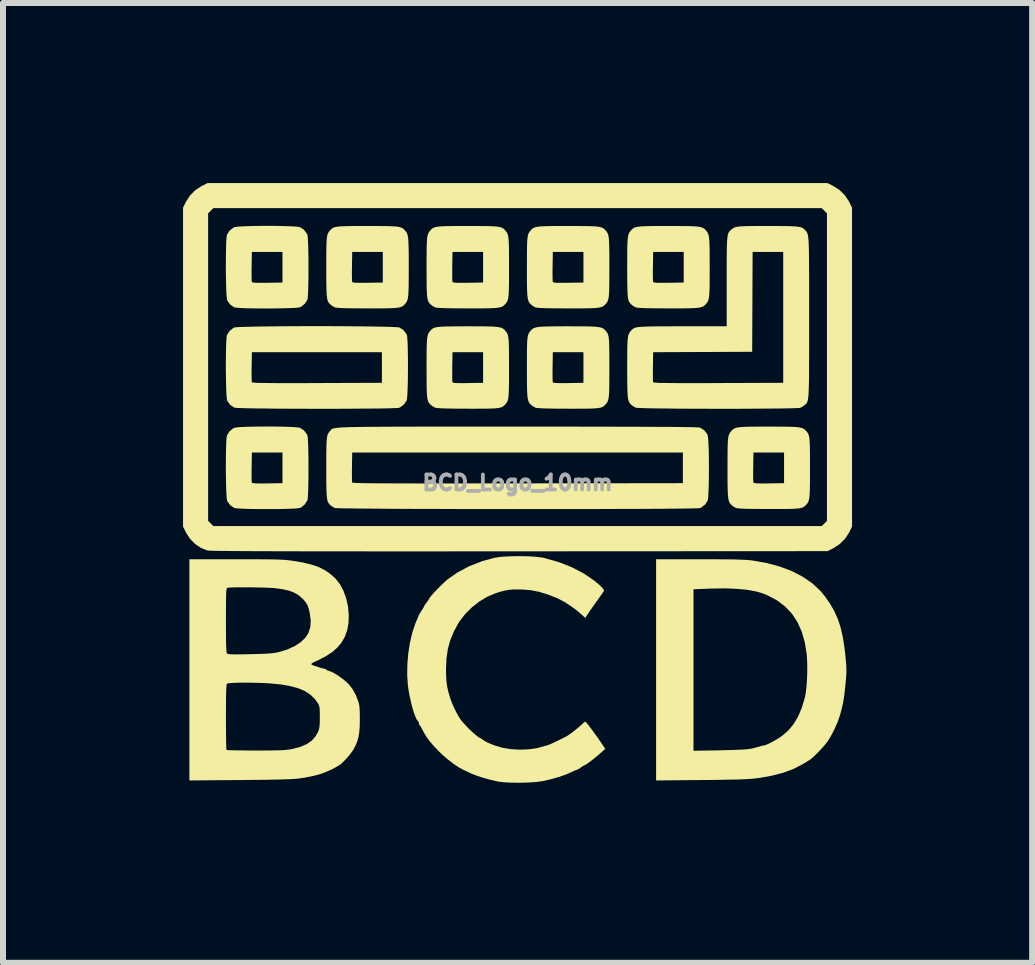
<source format=kicad_pcb>
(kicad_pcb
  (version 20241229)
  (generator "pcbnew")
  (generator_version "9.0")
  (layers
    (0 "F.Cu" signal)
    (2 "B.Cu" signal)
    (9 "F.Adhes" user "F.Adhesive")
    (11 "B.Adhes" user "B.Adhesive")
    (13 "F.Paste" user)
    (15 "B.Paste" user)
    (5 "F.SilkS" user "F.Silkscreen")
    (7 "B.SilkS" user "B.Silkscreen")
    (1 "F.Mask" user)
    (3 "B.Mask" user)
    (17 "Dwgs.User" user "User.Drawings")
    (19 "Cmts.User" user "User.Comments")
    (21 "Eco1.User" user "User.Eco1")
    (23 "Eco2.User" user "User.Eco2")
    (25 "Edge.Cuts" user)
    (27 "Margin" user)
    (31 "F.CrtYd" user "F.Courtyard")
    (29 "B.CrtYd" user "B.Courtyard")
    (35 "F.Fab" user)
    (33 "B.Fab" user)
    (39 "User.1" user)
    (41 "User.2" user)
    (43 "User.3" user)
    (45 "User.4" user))
  (footprint "BCD_Logo_10mm"
    (layer "F.Cu")
    (at 5.574 4.994)
    (property "Reference" "BCD_Logo_10mm" (at 0 0 0) (layer "F.Fab") (effects (font (size 0.25 0.25) (thickness 0.3))))
    (attr board_only exclude_from_pos_files exclude_from_bom)
    (fp_poly (pts (xy 5.256 -4.948) (xy 5.363 -4.88) (xy 5.454 -4.791) (xy 5.524 -4.685) (xy 5.529 -4.675) (xy 5.574 -4.583) (xy 5.574 0.73) (xy 5.529 0.822) (xy 5.461 0.929) (xy 5.371 1.02) (xy 5.265 1.09) (xy 5.256 1.095) (xy 5.164 1.14) (xy 0.029 1.143) (xy -0.444 1.143) (xy -0.889 1.143) (xy -1.307 1.144) (xy -1.699 1.144) (xy -2.065 1.144) (xy -2.407 1.144) (xy -2.724 1.143) (xy -3.019 1.143) (xy -3.291 1.143) (xy -3.541 1.143) (xy -3.77 1.142) (xy -3.979 1.142) (xy -4.168 1.141) (xy -4.338 1.141) (xy -4.49 1.14) (xy -4.625 1.139) (xy -4.743 1.138) (xy -4.845 1.137) (xy -4.932 1.136) (xy -5.004 1.135) (xy -5.062 1.134) (xy -5.108 1.133) (xy -5.14 1.131) (xy -5.162 1.13) (xy -5.172 1.128) (xy -5.278 1.085) (xy -5.376 1.018) (xy -5.46 0.931) (xy -5.527 0.827) (xy -5.529 0.822) (xy -5.574 0.73) (xy -5.574 0.635) (xy -5.156 0.635) (xy -5.113 0.679) (xy -5.069 0.722) (xy 5.069 0.722) (xy 5.156 0.635) (xy 5.156 -4.489) (xy 5.113 -4.532) (xy 5.069 -4.576) (xy -5.069 -4.576) (xy -5.156 -4.489) (xy -5.156 0.635) (xy -5.574 0.635) (xy -5.574 -4.583) (xy -5.529 -4.675) (xy -5.461 -4.783) (xy -5.371 -4.874) (xy -5.265 -4.944) (xy -5.256 -4.948) (xy -5.164 -4.994) (xy 5.164 -4.994)) (stroke (width 0) (type solid)) (fill yes) (layer "F.SilkS"))
    (fp_poly (pts (xy -4.043 -4.28) (xy -3.937 -4.278) (xy -3.84 -4.275) (xy -3.755 -4.272) (xy -3.688 -4.268) (xy -3.642 -4.262) (xy -3.625 -4.258) (xy -3.56 -4.216) (xy -3.512 -4.153) (xy -3.502 -4.132) (xy -3.497 -4.107) (xy -3.493 -4.057) (xy -3.49 -3.987) (xy -3.487 -3.901) (xy -3.485 -3.803) (xy -3.484 -3.697) (xy -3.484 -3.587) (xy -3.484 -3.477) (xy -3.485 -3.371) (xy -3.487 -3.274) (xy -3.49 -3.189) (xy -3.493 -3.12) (xy -3.497 -3.072) (xy -3.502 -3.05) (xy -3.545 -2.982) (xy -3.605 -2.933) (xy -3.625 -2.924) (xy -3.652 -2.919) (xy -3.703 -2.914) (xy -3.774 -2.911) (xy -3.862 -2.908) (xy -3.961 -2.906) (xy -4.068 -2.904) (xy -4.179 -2.904) (xy -4.29 -2.904) (xy -4.396 -2.905) (xy -4.494 -2.907) (xy -4.579 -2.91) (xy -4.648 -2.914) (xy -4.697 -2.918) (xy -4.72 -2.923) (xy -4.787 -2.967) (xy -4.833 -3.03) (xy -4.839 -3.044) (xy -4.844 -3.071) (xy -4.849 -3.123) (xy -4.853 -3.194) (xy -4.856 -3.282) (xy -4.858 -3.381) (xy -4.86 -3.488) (xy -4.86 -3.525) (xy -4.432 -3.525) (xy -4.432 -3.454) (xy -4.431 -3.397) (xy -4.429 -3.359) (xy -4.428 -3.347) (xy -4.419 -3.34) (xy -4.397 -3.335) (xy -4.358 -3.332) (xy -4.299 -3.331) (xy -4.217 -3.332) (xy -4.169 -3.332) (xy -3.917 -3.336) (xy -3.917 -3.846) (xy -4.427 -3.846) (xy -4.431 -3.606) (xy -4.432 -3.525) (xy -4.86 -3.525) (xy -4.861 -3.599) (xy -4.86 -3.71) (xy -4.859 -3.816) (xy -4.857 -3.913) (xy -4.855 -3.998) (xy -4.851 -4.065) (xy -4.846 -4.112) (xy -4.842 -4.132) (xy -4.799 -4.2) (xy -4.739 -4.249) (xy -4.719 -4.258) (xy -4.69 -4.264) (xy -4.637 -4.269) (xy -4.564 -4.273) (xy -4.476 -4.276) (xy -4.375 -4.279) (xy -4.266 -4.28) (xy -4.155 -4.28)) (stroke (width 0) (type solid)) (fill yes) (layer "F.SilkS"))
    (fp_poly (pts (xy -4.043 -0.936) (xy -3.937 -0.935) (xy -3.84 -0.932) (xy -3.755 -0.929) (xy -3.688 -0.924) (xy -3.642 -0.919) (xy -3.625 -0.915) (xy -3.56 -0.873) (xy -3.512 -0.81) (xy -3.502 -0.789) (xy -3.497 -0.764) (xy -3.493 -0.714) (xy -3.49 -0.644) (xy -3.487 -0.558) (xy -3.485 -0.46) (xy -3.484 -0.353) (xy -3.484 -0.243) (xy -3.484 -0.134) (xy -3.485 -0.028) (xy -3.487 0.069) (xy -3.49 0.154) (xy -3.493 0.223) (xy -3.497 0.271) (xy -3.502 0.293) (xy -3.545 0.361) (xy -3.605 0.41) (xy -3.625 0.419) (xy -3.652 0.424) (xy -3.703 0.429) (xy -3.774 0.433) (xy -3.862 0.436) (xy -3.961 0.438) (xy -4.068 0.439) (xy -4.179 0.439) (xy -4.29 0.439) (xy -4.396 0.438) (xy -4.494 0.436) (xy -4.579 0.433) (xy -4.648 0.429) (xy -4.697 0.425) (xy -4.72 0.42) (xy -4.787 0.376) (xy -4.833 0.313) (xy -4.839 0.3) (xy -4.844 0.272) (xy -4.849 0.221) (xy -4.853 0.149) (xy -4.856 0.062) (xy -4.858 -0.038) (xy -4.86 -0.145) (xy -4.86 -0.182) (xy -4.432 -0.182) (xy -4.432 -0.111) (xy -4.431 -0.054) (xy -4.429 -0.016) (xy -4.428 -0.004) (xy -4.419 0.003) (xy -4.397 0.008) (xy -4.358 0.011) (xy -4.299 0.012) (xy -4.217 0.012) (xy -4.169 0.011) (xy -3.917 0.007) (xy -3.917 -0.503) (xy -4.427 -0.503) (xy -4.431 -0.263) (xy -4.432 -0.182) (xy -4.86 -0.182) (xy -4.861 -0.256) (xy -4.86 -0.366) (xy -4.859 -0.472) (xy -4.857 -0.57) (xy -4.855 -0.654) (xy -4.851 -0.722) (xy -4.846 -0.769) (xy -4.842 -0.789) (xy -4.799 -0.857) (xy -4.739 -0.906) (xy -4.719 -0.915) (xy -4.69 -0.921) (xy -4.637 -0.926) (xy -4.564 -0.93) (xy -4.476 -0.933) (xy -4.375 -0.935) (xy -4.266 -0.937) (xy -4.155 -0.937)) (stroke (width 0) (type solid)) (fill yes) (layer "F.SilkS"))
    (fp_poly (pts (xy -2.359 -4.278) (xy -2.243 -4.277) (xy -2.15 -4.276) (xy -2.077 -4.273) (xy -2.02 -4.269) (xy -1.976 -4.263) (xy -1.944 -4.254) (xy -1.92 -4.243) (xy -1.9 -4.23) (xy -1.883 -4.212) (xy -1.876 -4.205) (xy -1.86 -4.186) (xy -1.847 -4.166) (xy -1.837 -4.143) (xy -1.829 -4.114) (xy -1.823 -4.075) (xy -1.819 -4.024) (xy -1.816 -3.957) (xy -1.814 -3.872) (xy -1.813 -3.766) (xy -1.813 -3.635) (xy -1.813 -3.591) (xy -1.813 -3.452) (xy -1.814 -3.339) (xy -1.815 -3.248) (xy -1.818 -3.176) (xy -1.821 -3.121) (xy -1.827 -3.079) (xy -1.834 -3.047) (xy -1.844 -3.022) (xy -1.856 -3.002) (xy -1.871 -2.983) (xy -1.876 -2.977) (xy -1.893 -2.959) (xy -1.912 -2.944) (xy -1.934 -2.932) (xy -1.962 -2.923) (xy -2.001 -2.916) (xy -2.052 -2.911) (xy -2.118 -2.908) (xy -2.203 -2.906) (xy -2.308 -2.905) (xy -2.438 -2.905) (xy -2.506 -2.905) (xy -2.658 -2.906) (xy -2.783 -2.907) (xy -2.882 -2.909) (xy -2.958 -2.912) (xy -3.01 -2.916) (xy -3.041 -2.921) (xy -3.048 -2.923) (xy -3.088 -2.946) (xy -3.116 -2.968) (xy -3.134 -2.985) (xy -3.149 -3.004) (xy -3.161 -3.026) (xy -3.17 -3.056) (xy -3.176 -3.095) (xy -3.181 -3.147) (xy -3.184 -3.215) (xy -3.186 -3.302) (xy -3.187 -3.41) (xy -3.187 -3.525) (xy -2.76 -3.525) (xy -2.76 -3.454) (xy -2.759 -3.397) (xy -2.758 -3.359) (xy -2.756 -3.347) (xy -2.747 -3.34) (xy -2.725 -3.335) (xy -2.686 -3.332) (xy -2.627 -3.331) (xy -2.545 -3.332) (xy -2.497 -3.332) (xy -2.245 -3.336) (xy -2.245 -3.846) (xy -2.755 -3.846) (xy -2.759 -3.606) (xy -2.76 -3.525) (xy -3.187 -3.525) (xy -3.187 -3.542) (xy -3.187 -3.592) (xy -3.187 -3.731) (xy -3.187 -3.844) (xy -3.185 -3.935) (xy -3.183 -4.006) (xy -3.179 -4.062) (xy -3.174 -4.104) (xy -3.167 -4.136) (xy -3.157 -4.16) (xy -3.145 -4.18) (xy -3.129 -4.199) (xy -3.124 -4.205) (xy -3.107 -4.223) (xy -3.089 -4.239) (xy -3.067 -4.251) (xy -3.038 -4.26) (xy -2.999 -4.267) (xy -2.947 -4.272) (xy -2.88 -4.275) (xy -2.795 -4.277) (xy -2.688 -4.278) (xy -2.557 -4.278) (xy -2.5 -4.278)) (stroke (width 0) (type solid)) (fill yes) (layer "F.SilkS"))
    (fp_poly (pts (xy -0.688 -4.278) (xy -0.572 -4.277) (xy -0.479 -4.276) (xy -0.405 -4.273) (xy -0.348 -4.269) (xy -0.305 -4.263) (xy -0.272 -4.254) (xy -0.248 -4.243) (xy -0.229 -4.23) (xy -0.211 -4.212) (xy -0.205 -4.205) (xy -0.189 -4.186) (xy -0.175 -4.166) (xy -0.165 -4.143) (xy -0.157 -4.114) (xy -0.151 -4.075) (xy -0.147 -4.024) (xy -0.144 -3.957) (xy -0.143 -3.872) (xy -0.142 -3.766) (xy -0.142 -3.635) (xy -0.142 -3.591) (xy -0.142 -3.452) (xy -0.142 -3.339) (xy -0.144 -3.248) (xy -0.146 -3.176) (xy -0.15 -3.121) (xy -0.155 -3.079) (xy -0.162 -3.047) (xy -0.172 -3.022) (xy -0.184 -3.002) (xy -0.199 -2.983) (xy -0.205 -2.977) (xy -0.222 -2.959) (xy -0.24 -2.944) (xy -0.262 -2.932) (xy -0.291 -2.923) (xy -0.329 -2.916) (xy -0.38 -2.911) (xy -0.446 -2.908) (xy -0.531 -2.906) (xy -0.637 -2.905) (xy -0.767 -2.905) (xy -0.834 -2.905) (xy -0.986 -2.906) (xy -1.111 -2.907) (xy -1.211 -2.909) (xy -1.286 -2.912) (xy -1.338 -2.916) (xy -1.369 -2.921) (xy -1.376 -2.923) (xy -1.417 -2.946) (xy -1.445 -2.968) (xy -1.463 -2.985) (xy -1.477 -3.004) (xy -1.489 -3.026) (xy -1.498 -3.056) (xy -1.505 -3.095) (xy -1.51 -3.147) (xy -1.513 -3.215) (xy -1.515 -3.302) (xy -1.515 -3.41) (xy -1.516 -3.525) (xy -1.088 -3.525) (xy -1.088 -3.454) (xy -1.088 -3.397) (xy -1.086 -3.359) (xy -1.084 -3.347) (xy -1.076 -3.34) (xy -1.054 -3.335) (xy -1.015 -3.332) (xy -0.956 -3.331) (xy -0.873 -3.332) (xy -0.826 -3.332) (xy -0.574 -3.336) (xy -0.574 -3.846) (xy -1.084 -3.846) (xy -1.088 -3.606) (xy -1.088 -3.525) (xy -1.516 -3.525) (xy -1.516 -3.542) (xy -1.516 -3.592) (xy -1.516 -3.731) (xy -1.515 -3.844) (xy -1.514 -3.935) (xy -1.511 -4.006) (xy -1.508 -4.062) (xy -1.502 -4.104) (xy -1.495 -4.136) (xy -1.485 -4.16) (xy -1.473 -4.18) (xy -1.458 -4.199) (xy -1.453 -4.205) (xy -1.436 -4.223) (xy -1.417 -4.239) (xy -1.395 -4.251) (xy -1.366 -4.26) (xy -1.327 -4.267) (xy -1.276 -4.272) (xy -1.209 -4.275) (xy -1.123 -4.277) (xy -1.016 -4.278) (xy -0.885 -4.278) (xy -0.829 -4.278)) (stroke (width 0) (type solid)) (fill yes) (layer "F.SilkS"))
    (fp_poly (pts (xy -0.688 -2.606) (xy -0.572 -2.606) (xy -0.479 -2.604) (xy -0.405 -2.602) (xy -0.348 -2.597) (xy -0.305 -2.591) (xy -0.272 -2.583) (xy -0.248 -2.572) (xy -0.229 -2.558) (xy -0.211 -2.541) (xy -0.205 -2.533) (xy -0.189 -2.514) (xy -0.175 -2.495) (xy -0.165 -2.472) (xy -0.157 -2.442) (xy -0.151 -2.403) (xy -0.147 -2.352) (xy -0.144 -2.286) (xy -0.143 -2.201) (xy -0.142 -2.094) (xy -0.142 -1.963) (xy -0.142 -1.92) (xy -0.142 -1.781) (xy -0.142 -1.667) (xy -0.144 -1.576) (xy -0.146 -1.505) (xy -0.15 -1.449) (xy -0.155 -1.407) (xy -0.162 -1.375) (xy -0.172 -1.351) (xy -0.184 -1.33) (xy -0.199 -1.311) (xy -0.205 -1.306) (xy -0.222 -1.287) (xy -0.24 -1.272) (xy -0.262 -1.26) (xy -0.291 -1.251) (xy -0.329 -1.244) (xy -0.38 -1.239) (xy -0.446 -1.236) (xy -0.531 -1.234) (xy -0.637 -1.234) (xy -0.767 -1.233) (xy -0.834 -1.234) (xy -0.986 -1.234) (xy -1.111 -1.236) (xy -1.211 -1.238) (xy -1.286 -1.241) (xy -1.338 -1.245) (xy -1.369 -1.249) (xy -1.376 -1.252) (xy -1.417 -1.275) (xy -1.445 -1.296) (xy -1.463 -1.313) (xy -1.477 -1.332) (xy -1.489 -1.355) (xy -1.498 -1.384) (xy -1.505 -1.423) (xy -1.51 -1.476) (xy -1.513 -1.544) (xy -1.515 -1.63) (xy -1.515 -1.738) (xy -1.516 -1.854) (xy -1.088 -1.854) (xy -1.088 -1.782) (xy -1.088 -1.725) (xy -1.086 -1.688) (xy -1.084 -1.675) (xy -1.076 -1.668) (xy -1.054 -1.664) (xy -1.015 -1.661) (xy -0.956 -1.66) (xy -0.873 -1.66) (xy -0.826 -1.661) (xy -0.574 -1.665) (xy -0.574 -2.175) (xy -1.084 -2.175) (xy -1.088 -1.934) (xy -1.088 -1.854) (xy -1.516 -1.854) (xy -1.516 -1.871) (xy -1.516 -1.921) (xy -1.516 -2.059) (xy -1.515 -2.172) (xy -1.514 -2.263) (xy -1.511 -2.335) (xy -1.508 -2.39) (xy -1.502 -2.432) (xy -1.495 -2.464) (xy -1.485 -2.488) (xy -1.473 -2.509) (xy -1.458 -2.528) (xy -1.453 -2.533) (xy -1.436 -2.552) (xy -1.417 -2.567) (xy -1.395 -2.579) (xy -1.366 -2.588) (xy -1.327 -2.595) (xy -1.276 -2.6) (xy -1.209 -2.603) (xy -1.123 -2.605) (xy -1.016 -2.606) (xy -0.885 -2.607) (xy -0.829 -2.607)) (stroke (width 0) (type solid)) (fill yes) (layer "F.SilkS"))
    (fp_poly (pts (xy 0.984 -4.278) (xy 1.1 -4.277) (xy 1.193 -4.276) (xy 1.267 -4.273) (xy 1.324 -4.269) (xy 1.367 -4.263) (xy 1.399 -4.254) (xy 1.424 -4.243) (xy 1.443 -4.23) (xy 1.46 -4.212) (xy 1.467 -4.205) (xy 1.483 -4.186) (xy 1.496 -4.166) (xy 1.507 -4.143) (xy 1.515 -4.114) (xy 1.521 -4.075) (xy 1.525 -4.024) (xy 1.527 -3.957) (xy 1.529 -3.872) (xy 1.53 -3.766) (xy 1.53 -3.635) (xy 1.53 -3.591) (xy 1.53 -3.452) (xy 1.529 -3.339) (xy 1.528 -3.248) (xy 1.526 -3.176) (xy 1.522 -3.121) (xy 1.517 -3.079) (xy 1.509 -3.047) (xy 1.5 -3.022) (xy 1.487 -3.002) (xy 1.472 -2.983) (xy 1.467 -2.977) (xy 1.45 -2.959) (xy 1.432 -2.944) (xy 1.41 -2.932) (xy 1.381 -2.923) (xy 1.343 -2.916) (xy 1.292 -2.911) (xy 1.225 -2.908) (xy 1.141 -2.906) (xy 1.035 -2.905) (xy 0.905 -2.905) (xy 0.838 -2.905) (xy 0.686 -2.906) (xy 0.56 -2.907) (xy 0.461 -2.909) (xy 0.386 -2.912) (xy 0.333 -2.916) (xy 0.302 -2.921) (xy 0.295 -2.923) (xy 0.255 -2.946) (xy 0.227 -2.968) (xy 0.209 -2.985) (xy 0.194 -3.004) (xy 0.183 -3.026) (xy 0.174 -3.056) (xy 0.167 -3.095) (xy 0.162 -3.147) (xy 0.159 -3.215) (xy 0.157 -3.302) (xy 0.156 -3.41) (xy 0.156 -3.525) (xy 0.583 -3.525) (xy 0.583 -3.454) (xy 0.584 -3.397) (xy 0.586 -3.359) (xy 0.587 -3.347) (xy 0.596 -3.34) (xy 0.618 -3.335) (xy 0.657 -3.332) (xy 0.716 -3.331) (xy 0.798 -3.332) (xy 0.846 -3.332) (xy 1.098 -3.336) (xy 1.098 -3.846) (xy 0.588 -3.846) (xy 0.584 -3.606) (xy 0.583 -3.525) (xy 0.156 -3.525) (xy 0.156 -3.542) (xy 0.156 -3.592) (xy 0.156 -3.731) (xy 0.157 -3.844) (xy 0.158 -3.935) (xy 0.16 -4.006) (xy 0.164 -4.062) (xy 0.169 -4.104) (xy 0.177 -4.136) (xy 0.186 -4.16) (xy 0.199 -4.18) (xy 0.214 -4.199) (xy 0.219 -4.205) (xy 0.236 -4.223) (xy 0.254 -4.239) (xy 0.277 -4.251) (xy 0.306 -4.26) (xy 0.344 -4.267) (xy 0.396 -4.272) (xy 0.463 -4.275) (xy 0.548 -4.277) (xy 0.655 -4.278) (xy 0.787 -4.278) (xy 0.843 -4.278)) (stroke (width 0) (type solid)) (fill yes) (layer "F.SilkS"))
    (fp_poly (pts (xy 0.984 -2.606) (xy 1.1 -2.606) (xy 1.193 -2.604) (xy 1.267 -2.602) (xy 1.324 -2.597) (xy 1.367 -2.591) (xy 1.399 -2.583) (xy 1.424 -2.572) (xy 1.443 -2.558) (xy 1.46 -2.541) (xy 1.467 -2.533) (xy 1.483 -2.514) (xy 1.496 -2.495) (xy 1.507 -2.472) (xy 1.515 -2.442) (xy 1.521 -2.403) (xy 1.525 -2.352) (xy 1.527 -2.286) (xy 1.529 -2.201) (xy 1.53 -2.094) (xy 1.53 -1.963) (xy 1.53 -1.92) (xy 1.53 -1.781) (xy 1.529 -1.667) (xy 1.528 -1.576) (xy 1.526 -1.505) (xy 1.522 -1.449) (xy 1.517 -1.407) (xy 1.509 -1.375) (xy 1.5 -1.351) (xy 1.487 -1.33) (xy 1.472 -1.311) (xy 1.467 -1.306) (xy 1.45 -1.287) (xy 1.432 -1.272) (xy 1.41 -1.26) (xy 1.381 -1.251) (xy 1.343 -1.244) (xy 1.292 -1.239) (xy 1.225 -1.236) (xy 1.141 -1.234) (xy 1.035 -1.234) (xy 0.905 -1.233) (xy 0.838 -1.234) (xy 0.686 -1.234) (xy 0.56 -1.236) (xy 0.461 -1.238) (xy 0.386 -1.241) (xy 0.333 -1.245) (xy 0.302 -1.249) (xy 0.295 -1.252) (xy 0.255 -1.275) (xy 0.227 -1.296) (xy 0.209 -1.313) (xy 0.194 -1.332) (xy 0.183 -1.355) (xy 0.174 -1.384) (xy 0.167 -1.423) (xy 0.162 -1.476) (xy 0.159 -1.544) (xy 0.157 -1.63) (xy 0.156 -1.738) (xy 0.156 -1.854) (xy 0.583 -1.854) (xy 0.583 -1.782) (xy 0.584 -1.725) (xy 0.586 -1.688) (xy 0.587 -1.675) (xy 0.596 -1.668) (xy 0.618 -1.664) (xy 0.657 -1.661) (xy 0.716 -1.66) (xy 0.798 -1.66) (xy 0.846 -1.661) (xy 1.098 -1.665) (xy 1.098 -2.175) (xy 0.588 -2.175) (xy 0.584 -1.934) (xy 0.583 -1.854) (xy 0.156 -1.854) (xy 0.156 -1.871) (xy 0.156 -1.921) (xy 0.156 -2.059) (xy 0.157 -2.172) (xy 0.158 -2.263) (xy 0.16 -2.335) (xy 0.164 -2.39) (xy 0.169 -2.432) (xy 0.177 -2.464) (xy 0.186 -2.488) (xy 0.199 -2.509) (xy 0.214 -2.528) (xy 0.219 -2.533) (xy 0.236 -2.552) (xy 0.254 -2.567) (xy 0.277 -2.579) (xy 0.306 -2.588) (xy 0.344 -2.595) (xy 0.396 -2.6) (xy 0.463 -2.603) (xy 0.548 -2.605) (xy 0.655 -2.606) (xy 0.787 -2.607) (xy 0.843 -2.607)) (stroke (width 0) (type solid)) (fill yes) (layer "F.SilkS"))
    (fp_poly (pts (xy 2.656 -4.278) (xy 2.771 -4.277) (xy 2.865 -4.276) (xy 2.938 -4.273) (xy 2.995 -4.269) (xy 3.038 -4.263) (xy 3.071 -4.254) (xy 3.095 -4.243) (xy 3.115 -4.23) (xy 3.132 -4.212) (xy 3.139 -4.205) (xy 3.155 -4.186) (xy 3.168 -4.166) (xy 3.178 -4.143) (xy 3.186 -4.114) (xy 3.192 -4.075) (xy 3.196 -4.024) (xy 3.199 -3.957) (xy 3.201 -3.872) (xy 3.201 -3.766) (xy 3.202 -3.635) (xy 3.202 -3.591) (xy 3.201 -3.452) (xy 3.201 -3.339) (xy 3.2 -3.248) (xy 3.197 -3.176) (xy 3.194 -3.121) (xy 3.188 -3.079) (xy 3.181 -3.047) (xy 3.171 -3.022) (xy 3.159 -3.002) (xy 3.144 -2.983) (xy 3.139 -2.977) (xy 3.121 -2.959) (xy 3.103 -2.944) (xy 3.081 -2.932) (xy 3.052 -2.923) (xy 3.014 -2.916) (xy 2.963 -2.911) (xy 2.897 -2.908) (xy 2.812 -2.906) (xy 2.706 -2.905) (xy 2.576 -2.905) (xy 2.509 -2.905) (xy 2.357 -2.906) (xy 2.232 -2.907) (xy 2.133 -2.909) (xy 2.057 -2.912) (xy 2.005 -2.916) (xy 1.974 -2.921) (xy 1.967 -2.923) (xy 1.926 -2.946) (xy 1.898 -2.968) (xy 1.881 -2.985) (xy 1.866 -3.004) (xy 1.854 -3.026) (xy 1.845 -3.056) (xy 1.838 -3.095) (xy 1.834 -3.147) (xy 1.831 -3.215) (xy 1.829 -3.302) (xy 1.828 -3.41) (xy 1.827 -3.525) (xy 2.255 -3.525) (xy 2.255 -3.454) (xy 2.256 -3.397) (xy 2.257 -3.359) (xy 2.259 -3.347) (xy 2.268 -3.34) (xy 2.29 -3.335) (xy 2.328 -3.332) (xy 2.387 -3.331) (xy 2.47 -3.332) (xy 2.518 -3.332) (xy 2.769 -3.336) (xy 2.769 -3.846) (xy 2.26 -3.846) (xy 2.256 -3.606) (xy 2.255 -3.525) (xy 1.827 -3.525) (xy 1.827 -3.542) (xy 1.827 -3.592) (xy 1.828 -3.731) (xy 1.828 -3.844) (xy 1.829 -3.935) (xy 1.832 -4.006) (xy 1.836 -4.062) (xy 1.841 -4.104) (xy 1.848 -4.136) (xy 1.858 -4.16) (xy 1.87 -4.18) (xy 1.885 -4.199) (xy 1.89 -4.205) (xy 1.908 -4.223) (xy 1.926 -4.239) (xy 1.948 -4.251) (xy 1.977 -4.26) (xy 2.016 -4.267) (xy 2.068 -4.272) (xy 2.135 -4.275) (xy 2.22 -4.277) (xy 2.327 -4.278) (xy 2.458 -4.278) (xy 2.515 -4.278)) (stroke (width 0) (type solid)) (fill yes) (layer "F.SilkS"))
    (fp_poly (pts (xy 4.327 -0.935) (xy 4.443 -0.934) (xy 4.536 -0.933) (xy 4.61 -0.93) (xy 4.667 -0.926) (xy 4.71 -0.919) (xy 4.742 -0.911) (xy 4.767 -0.9) (xy 4.786 -0.886) (xy 4.804 -0.869) (xy 4.81 -0.862) (xy 4.826 -0.843) (xy 4.839 -0.823) (xy 4.85 -0.8) (xy 4.858 -0.771) (xy 4.864 -0.732) (xy 4.868 -0.681) (xy 4.871 -0.614) (xy 4.872 -0.529) (xy 4.873 -0.423) (xy 4.873 -0.292) (xy 4.873 -0.248) (xy 4.873 -0.109) (xy 4.873 0.004) (xy 4.871 0.095) (xy 4.869 0.167) (xy 4.865 0.222) (xy 4.86 0.264) (xy 4.852 0.296) (xy 4.843 0.321) (xy 4.831 0.341) (xy 4.815 0.36) (xy 4.81 0.366) (xy 4.793 0.384) (xy 4.775 0.399) (xy 4.753 0.411) (xy 4.724 0.421) (xy 4.686 0.428) (xy 4.635 0.432) (xy 4.569 0.436) (xy 4.484 0.437) (xy 4.378 0.438) (xy 4.248 0.438) (xy 4.181 0.438) (xy 4.029 0.437) (xy 3.904 0.436) (xy 3.804 0.434) (xy 3.729 0.431) (xy 3.676 0.427) (xy 3.645 0.422) (xy 3.638 0.42) (xy 3.598 0.397) (xy 3.57 0.376) (xy 3.552 0.358) (xy 3.538 0.34) (xy 3.526 0.317) (xy 3.517 0.288) (xy 3.51 0.248) (xy 3.505 0.196) (xy 3.502 0.128) (xy 3.5 0.041) (xy 3.499 -0.067) (xy 3.499 -0.182) (xy 3.926 -0.182) (xy 3.926 -0.111) (xy 3.927 -0.054) (xy 3.929 -0.016) (xy 3.93 -0.004) (xy 3.939 0.003) (xy 3.961 0.008) (xy 4 0.011) (xy 4.059 0.012) (xy 4.141 0.012) (xy 4.189 0.011) (xy 4.441 0.007) (xy 4.441 -0.503) (xy 3.931 -0.503) (xy 3.927 -0.263) (xy 3.926 -0.182) (xy 3.499 -0.182) (xy 3.499 -0.199) (xy 3.499 -0.249) (xy 3.499 -0.388) (xy 3.5 -0.501) (xy 3.501 -0.592) (xy 3.503 -0.663) (xy 3.507 -0.719) (xy 3.513 -0.761) (xy 3.52 -0.792) (xy 3.53 -0.817) (xy 3.542 -0.837) (xy 3.557 -0.856) (xy 3.562 -0.862) (xy 3.579 -0.88) (xy 3.598 -0.895) (xy 3.62 -0.907) (xy 3.649 -0.917) (xy 3.688 -0.924) (xy 3.739 -0.929) (xy 3.806 -0.932) (xy 3.892 -0.934) (xy 3.999 -0.935) (xy 4.13 -0.935) (xy 4.186 -0.935)) (stroke (width 0) (type solid)) (fill yes) (layer "F.SilkS"))
    (fp_poly (pts (xy -3.1 -2.609) (xy -2.931 -2.608) (xy -2.768 -2.607) (xy -2.614 -2.606) (xy -2.47 -2.604) (xy -2.339 -2.602) (xy -2.224 -2.6) (xy -2.127 -2.597) (xy -2.051 -2.594) (xy -1.997 -2.591) (xy -1.969 -2.587) (xy -1.967 -2.587) (xy -1.903 -2.545) (xy -1.854 -2.482) (xy -1.844 -2.461) (xy -1.839 -2.434) (xy -1.835 -2.383) (xy -1.831 -2.311) (xy -1.829 -2.224) (xy -1.827 -2.125) (xy -1.826 -2.018) (xy -1.826 -1.907) (xy -1.827 -1.796) (xy -1.828 -1.69) (xy -1.831 -1.593) (xy -1.834 -1.508) (xy -1.838 -1.44) (xy -1.843 -1.393) (xy -1.847 -1.372) (xy -1.889 -1.308) (xy -1.952 -1.259) (xy -1.973 -1.249) (xy -1.994 -1.246) (xy -2.041 -1.244) (xy -2.112 -1.241) (xy -2.203 -1.239) (xy -2.313 -1.237) (xy -2.439 -1.236) (xy -2.579 -1.235) (xy -2.731 -1.234) (xy -2.891 -1.233) (xy -3.058 -1.232) (xy -3.228 -1.232) (xy -3.401 -1.232) (xy -3.573 -1.233) (xy -3.741 -1.233) (xy -3.904 -1.234) (xy -4.059 -1.235) (xy -4.204 -1.237) (xy -4.335 -1.238) (xy -4.451 -1.24) (xy -4.55 -1.242) (xy -4.628 -1.245) (xy -4.684 -1.247) (xy -4.715 -1.25) (xy -4.72 -1.252) (xy -4.787 -1.296) (xy -4.833 -1.359) (xy -4.839 -1.372) (xy -4.844 -1.399) (xy -4.849 -1.451) (xy -4.853 -1.522) (xy -4.856 -1.61) (xy -4.858 -1.709) (xy -4.859 -1.782) (xy -4.432 -1.782) (xy -4.431 -1.725) (xy -4.429 -1.688) (xy -4.428 -1.676) (xy -4.422 -1.672) (xy -4.405 -1.669) (xy -4.377 -1.667) (xy -4.335 -1.664) (xy -4.278 -1.663) (xy -4.203 -1.662) (xy -4.111 -1.661) (xy -3.998 -1.66) (xy -3.863 -1.66) (xy -3.704 -1.66) (xy -3.52 -1.66) (xy -3.34 -1.661) (xy -2.26 -1.665) (xy -2.26 -2.175) (xy -4.427 -2.175) (xy -4.431 -1.934) (xy -4.432 -1.854) (xy -4.432 -1.782) (xy -4.859 -1.782) (xy -4.86 -1.817) (xy -4.861 -1.928) (xy -4.86 -2.038) (xy -4.859 -2.144) (xy -4.857 -2.241) (xy -4.855 -2.326) (xy -4.851 -2.394) (xy -4.846 -2.441) (xy -4.842 -2.461) (xy -4.799 -2.529) (xy -4.739 -2.577) (xy -4.719 -2.587) (xy -4.696 -2.59) (xy -4.647 -2.594) (xy -4.575 -2.597) (xy -4.482 -2.599) (xy -4.37 -2.602) (xy -4.242 -2.604) (xy -4.1 -2.605) (xy -3.947 -2.607) (xy -3.786 -2.608) (xy -3.618 -2.609) (xy -3.446 -2.609) (xy -3.273 -2.609)) (stroke (width 0) (type solid)) (fill yes) (layer "F.SilkS"))
    (fp_poly (pts (xy 3.213 1.275) (xy 3.365 1.276) (xy 3.493 1.277) (xy 3.602 1.278) (xy 3.692 1.281) (xy 3.766 1.284) (xy 3.828 1.287) (xy 3.879 1.292) (xy 3.917 1.296) (xy 4.156 1.339) (xy 4.375 1.398) (xy 4.575 1.474) (xy 4.753 1.567) (xy 4.91 1.675) (xy 5.044 1.799) (xy 5.121 1.891) (xy 5.207 2.015) (xy 5.278 2.139) (xy 5.336 2.268) (xy 5.382 2.407) (xy 5.418 2.561) (xy 5.446 2.735) (xy 5.463 2.882) (xy 5.472 2.975) (xy 5.478 3.048) (xy 5.48 3.109) (xy 5.48 3.168) (xy 5.476 3.232) (xy 5.469 3.309) (xy 5.463 3.375) (xy 5.451 3.487) (xy 5.439 3.579) (xy 5.426 3.659) (xy 5.41 3.734) (xy 5.39 3.813) (xy 5.375 3.867) (xy 5.337 3.979) (xy 5.284 4.1) (xy 5.224 4.217) (xy 5.171 4.304) (xy 5.139 4.346) (xy 5.095 4.399) (xy 5.042 4.456) (xy 4.988 4.512) (xy 4.936 4.563) (xy 4.892 4.602) (xy 4.864 4.622) (xy 4.836 4.638) (xy 4.794 4.664) (xy 4.75 4.69) (xy 4.602 4.767) (xy 4.431 4.831) (xy 4.236 4.882) (xy 4.016 4.921) (xy 3.988 4.924) (xy 3.939 4.93) (xy 3.881 4.935) (xy 3.811 4.939) (xy 3.726 4.943) (xy 3.625 4.946) (xy 3.505 4.948) (xy 3.362 4.951) (xy 3.196 4.953) (xy 3.063 4.954) (xy 2.309 4.961) (xy 2.309 4.466) (xy 2.932 4.466) (xy 3.361 4.459) (xy 3.477 4.456) (xy 3.586 4.453) (xy 3.685 4.449) (xy 3.768 4.445) (xy 3.831 4.44) (xy 3.871 4.435) (xy 3.874 4.435) (xy 3.934 4.422) (xy 3.995 4.406) (xy 4.025 4.398) (xy 4.067 4.386) (xy 4.098 4.378) (xy 4.107 4.377) (xy 4.134 4.37) (xy 4.179 4.351) (xy 4.235 4.323) (xy 4.296 4.29) (xy 4.354 4.254) (xy 4.405 4.22) (xy 4.405 4.22) (xy 4.509 4.131) (xy 4.597 4.026) (xy 4.672 3.903) (xy 4.734 3.758) (xy 4.785 3.59) (xy 4.79 3.57) (xy 4.803 3.497) (xy 4.814 3.404) (xy 4.822 3.296) (xy 4.827 3.18) (xy 4.828 3.065) (xy 4.825 2.956) (xy 4.819 2.862) (xy 4.819 2.861) (xy 4.787 2.662) (xy 4.736 2.483) (xy 4.665 2.324) (xy 4.574 2.185) (xy 4.462 2.065) (xy 4.33 1.964) (xy 4.176 1.881) (xy 4.087 1.844) (xy 3.965 1.809) (xy 3.816 1.783) (xy 3.642 1.767) (xy 3.442 1.76) (xy 3.218 1.764) (xy 3.185 1.765) (xy 2.932 1.775) (xy 2.932 4.466) (xy 2.309 4.466) (xy 2.309 1.275) (xy 3.035 1.275)) (stroke (width 0) (type solid)) (fill yes) (layer "F.SilkS"))
    (fp_poly (pts (xy -0.65 -0.935) (xy -0.329 -0.935) (xy 0.001 -0.935) (xy 0.364 -0.935) (xy 0.699 -0.935) (xy 1.008 -0.935) (xy 1.291 -0.934) (xy 1.549 -0.934) (xy 1.783 -0.933) (xy 1.994 -0.933) (xy 2.183 -0.932) (xy 2.351 -0.931) (xy 2.498 -0.931) (xy 2.625 -0.93) (xy 2.734 -0.928) (xy 2.824 -0.927) (xy 2.898 -0.926) (xy 2.956 -0.924) (xy 2.998 -0.922) (xy 3.026 -0.921) (xy 3.04 -0.919) (xy 3.042 -0.918) (xy 3.11 -0.875) (xy 3.158 -0.815) (xy 3.167 -0.795) (xy 3.173 -0.766) (xy 3.178 -0.713) (xy 3.182 -0.64) (xy 3.186 -0.551) (xy 3.188 -0.451) (xy 3.189 -0.342) (xy 3.189 -0.231) (xy 3.189 -0.119) (xy 3.187 -0.013) (xy 3.185 0.084) (xy 3.181 0.169) (xy 3.177 0.236) (xy 3.172 0.282) (xy 3.167 0.299) (xy 3.125 0.364) (xy 3.062 0.412) (xy 3.042 0.422) (xy 3.023 0.424) (xy 2.977 0.426) (xy 2.907 0.428) (xy 2.813 0.43) (xy 2.697 0.431) (xy 2.56 0.432) (xy 2.405 0.434) (xy 2.233 0.435) (xy 2.045 0.436) (xy 1.844 0.437) (xy 1.63 0.437) (xy 1.405 0.438) (xy 1.171 0.439) (xy 0.93 0.439) (xy 0.683 0.439) (xy 0.431 0.439) (xy 0.177 0.439) (xy -0.079 0.439) (xy -0.334 0.439) (xy -0.587 0.439) (xy -0.836 0.439) (xy -1.08 0.438) (xy -1.317 0.437) (xy -1.545 0.437) (xy -1.764 0.436) (xy -1.971 0.435) (xy -2.165 0.434) (xy -2.343 0.432) (xy -2.505 0.431) (xy -2.65 0.43) (xy -2.774 0.428) (xy -2.877 0.427) (xy -2.958 0.425) (xy -3.014 0.423) (xy -3.044 0.421) (xy -3.048 0.42) (xy -3.088 0.397) (xy -3.116 0.376) (xy -3.134 0.358) (xy -3.149 0.34) (xy -3.161 0.317) (xy -3.17 0.288) (xy -3.176 0.248) (xy -3.181 0.196) (xy -3.184 0.128) (xy -3.186 0.041) (xy -3.187 -0.067) (xy -3.187 -0.111) (xy -2.76 -0.111) (xy -2.759 -0.054) (xy -2.758 -0.016) (xy -2.756 -0.004) (xy -2.751 -0.002) (xy -2.736 0.00025) (xy -2.711 0.002) (xy -2.674 0.004) (xy -2.624 0.005) (xy -2.561 0.007) (xy -2.483 0.008) (xy -2.39 0.009) (xy -2.28 0.01) (xy -2.151 0.01) (xy -2.004 0.011) (xy -1.837 0.011) (xy -1.649 0.012) (xy -1.44 0.012) (xy -1.207 0.012) (xy -0.95 0.012) (xy -0.667 0.011) (xy -0.359 0.011) (xy -0.024 0.011) (xy 0.003 0.011) (xy 2.755 0.007) (xy 2.755 -0.503) (xy -2.755 -0.503) (xy -2.759 -0.263) (xy -2.76 -0.182) (xy -2.76 -0.111) (xy -3.187 -0.111) (xy -3.187 -0.199) (xy -3.187 -0.249) (xy -3.187 -0.388) (xy -3.187 -0.501) (xy -3.185 -0.592) (xy -3.183 -0.663) (xy -3.179 -0.719) (xy -3.174 -0.761) (xy -3.167 -0.792) (xy -3.157 -0.817) (xy -3.145 -0.837) (xy -3.129 -0.856) (xy -3.124 -0.862) (xy -3.118 -0.87) (xy -3.112 -0.878) (xy -3.106 -0.885) (xy -3.099 -0.891) (xy -3.089 -0.897) (xy -3.076 -0.902) (xy -3.058 -0.907) (xy -3.035 -0.911) (xy -3.004 -0.915) (xy -2.965 -0.919) (xy -2.918 -0.922) (xy -2.859 -0.924) (xy -2.79 -0.927) (xy -2.708 -0.928) (xy -2.612 -0.93) (xy -2.501 -0.931) (xy -2.374 -0.932) (xy -2.23 -0.933) (xy -2.068 -0.934) (xy -1.887 -0.934) (xy -1.685 -0.935) (xy -1.462 -0.935) (xy -1.216 -0.935) (xy -0.945 -0.935)) (stroke (width 0) (type solid)) (fill yes) (layer "F.SilkS"))
    (fp_poly (pts (xy 4.312 -4.278) (xy 4.428 -4.277) (xy 4.521 -4.276) (xy 4.595 -4.273) (xy 4.652 -4.269) (xy 4.695 -4.263) (xy 4.728 -4.254) (xy 4.752 -4.244) (xy 4.772 -4.23) (xy 4.789 -4.213) (xy 4.796 -4.205) (xy 4.807 -4.193) (xy 4.816 -4.182) (xy 4.824 -4.169) (xy 4.831 -4.152) (xy 4.837 -4.131) (xy 4.842 -4.103) (xy 4.846 -4.066) (xy 4.85 -4.019) (xy 4.852 -3.961) (xy 4.855 -3.888) (xy 4.856 -3.8) (xy 4.857 -3.695) (xy 4.858 -3.571) (xy 4.859 -3.427) (xy 4.859 -3.26) (xy 4.859 -3.069) (xy 4.859 -2.852) (xy 4.859 -2.756) (xy 4.859 -2.527) (xy 4.859 -2.324) (xy 4.859 -2.145) (xy 4.858 -1.99) (xy 4.858 -1.857) (xy 4.857 -1.743) (xy 4.855 -1.647) (xy 4.853 -1.568) (xy 4.85 -1.503) (xy 4.847 -1.451) (xy 4.843 -1.41) (xy 4.837 -1.379) (xy 4.831 -1.355) (xy 4.824 -1.337) (xy 4.816 -1.324) (xy 4.806 -1.313) (xy 4.795 -1.303) (xy 4.786 -1.295) (xy 4.747 -1.268) (xy 4.713 -1.249) (xy 4.692 -1.246) (xy 4.645 -1.244) (xy 4.575 -1.241) (xy 4.483 -1.239) (xy 4.373 -1.237) (xy 4.247 -1.236) (xy 4.107 -1.235) (xy 3.956 -1.234) (xy 3.796 -1.233) (xy 3.629 -1.232) (xy 3.458 -1.232) (xy 3.285 -1.232) (xy 3.114 -1.233) (xy 2.945 -1.233) (xy 2.782 -1.234) (xy 2.627 -1.235) (xy 2.483 -1.237) (xy 2.351 -1.238) (xy 2.235 -1.24) (xy 2.137 -1.242) (xy 2.058 -1.245) (xy 2.002 -1.247) (xy 1.971 -1.25) (xy 1.967 -1.252) (xy 1.926 -1.275) (xy 1.898 -1.296) (xy 1.881 -1.313) (xy 1.866 -1.332) (xy 1.854 -1.355) (xy 1.845 -1.384) (xy 1.838 -1.423) (xy 1.834 -1.476) (xy 1.831 -1.544) (xy 1.829 -1.63) (xy 1.828 -1.738) (xy 1.828 -1.782) (xy 2.255 -1.782) (xy 2.256 -1.725) (xy 2.257 -1.688) (xy 2.259 -1.676) (xy 2.265 -1.672) (xy 2.281 -1.669) (xy 2.309 -1.667) (xy 2.351 -1.664) (xy 2.409 -1.663) (xy 2.483 -1.662) (xy 2.576 -1.661) (xy 2.689 -1.66) (xy 2.824 -1.66) (xy 2.983 -1.66) (xy 3.166 -1.66) (xy 3.346 -1.661) (xy 4.427 -1.665) (xy 4.427 -3.846) (xy 3.917 -3.846) (xy 3.91 -2.182) (xy 2.26 -2.175) (xy 2.256 -1.934) (xy 2.255 -1.854) (xy 2.255 -1.782) (xy 1.828 -1.782) (xy 1.827 -1.871) (xy 1.827 -1.921) (xy 1.828 -2.059) (xy 1.828 -2.172) (xy 1.829 -2.263) (xy 1.832 -2.335) (xy 1.836 -2.39) (xy 1.841 -2.432) (xy 1.848 -2.464) (xy 1.858 -2.488) (xy 1.87 -2.509) (xy 1.885 -2.528) (xy 1.89 -2.533) (xy 1.905 -2.549) (xy 1.919 -2.562) (xy 1.936 -2.573) (xy 1.958 -2.582) (xy 1.988 -2.59) (xy 2.027 -2.595) (xy 2.078 -2.599) (xy 2.144 -2.602) (xy 2.227 -2.604) (xy 2.328 -2.606) (xy 2.452 -2.606) (xy 2.599 -2.607) (xy 2.75 -2.607) (xy 3.485 -2.607) (xy 3.485 -3.349) (xy 3.485 -3.52) (xy 3.485 -3.664) (xy 3.486 -3.786) (xy 3.487 -3.886) (xy 3.489 -3.967) (xy 3.492 -4.031) (xy 3.497 -4.082) (xy 3.502 -4.12) (xy 3.51 -4.149) (xy 3.519 -4.171) (xy 3.53 -4.187) (xy 3.543 -4.202) (xy 3.558 -4.215) (xy 3.577 -4.231) (xy 3.597 -4.244) (xy 3.62 -4.255) (xy 3.649 -4.263) (xy 3.688 -4.269) (xy 3.739 -4.273) (xy 3.806 -4.276) (xy 3.891 -4.277) (xy 3.998 -4.278) (xy 4.129 -4.278) (xy 4.171 -4.278)) (stroke (width 0) (type solid)) (fill yes) (layer "F.SilkS"))
    (fp_poly (pts (xy 0.113 1.224) (xy 0.225 1.228) (xy 0.325 1.236) (xy 0.406 1.246) (xy 0.432 1.251) (xy 0.676 1.319) (xy 0.898 1.405) (xy 1.1 1.51) (xy 1.28 1.632) (xy 1.366 1.705) (xy 1.414 1.752) (xy 1.438 1.785) (xy 1.44 1.8) (xy 1.429 1.819) (xy 1.404 1.855) (xy 1.369 1.905) (xy 1.329 1.962) (xy 1.323 1.969) (xy 1.278 2.033) (xy 1.234 2.095) (xy 1.197 2.148) (xy 1.172 2.186) (xy 1.128 2.253) (xy 1.078 2.206) (xy 0.989 2.129) (xy 0.888 2.055) (xy 0.783 1.987) (xy 0.684 1.934) (xy 0.65 1.919) (xy 0.498 1.86) (xy 0.361 1.818) (xy 0.23 1.792) (xy 0.097 1.78) (xy 0.021 1.778) (xy -0.066 1.779) (xy -0.138 1.784) (xy -0.204 1.795) (xy -0.275 1.813) (xy -0.362 1.84) (xy -0.37 1.843) (xy -0.503 1.899) (xy -0.635 1.978) (xy -0.76 2.076) (xy -0.872 2.187) (xy -0.965 2.307) (xy -0.985 2.338) (xy -1.063 2.483) (xy -1.122 2.625) (xy -1.161 2.77) (xy -1.184 2.926) (xy -1.192 3.101) (xy -1.192 3.111) (xy -1.19 3.222) (xy -1.184 3.315) (xy -1.173 3.397) (xy -1.155 3.478) (xy -1.129 3.567) (xy -1.117 3.605) (xy -1.09 3.677) (xy -1.056 3.754) (xy -1.017 3.831) (xy -0.979 3.9) (xy -0.944 3.953) (xy -0.928 3.973) (xy -0.902 4.002) (xy -0.867 4.04) (xy -0.85 4.059) (xy -0.819 4.092) (xy -0.779 4.13) (xy -0.735 4.17) (xy -0.693 4.206) (xy -0.658 4.234) (xy -0.636 4.249) (xy -0.633 4.25) (xy -0.617 4.257) (xy -0.587 4.276) (xy -0.571 4.287) (xy -0.541 4.307) (xy -0.513 4.323) (xy -0.48 4.338) (xy -0.434 4.357) (xy -0.375 4.38) (xy -0.252 4.416) (xy -0.114 4.439) (xy 0.032 4.448) (xy 0.177 4.443) (xy 0.313 4.425) (xy 0.418 4.397) (xy 0.458 4.385) (xy 0.488 4.378) (xy 0.494 4.377) (xy 0.512 4.371) (xy 0.549 4.355) (xy 0.6 4.332) (xy 0.658 4.304) (xy 0.718 4.275) (xy 0.774 4.247) (xy 0.819 4.223) (xy 0.83 4.217) (xy 0.868 4.192) (xy 0.918 4.155) (xy 0.973 4.112) (xy 1.025 4.069) (xy 1.066 4.032) (xy 1.072 4.027) (xy 1.102 3.999) (xy 1.124 3.983) (xy 1.13 3.981) (xy 1.142 3.992) (xy 1.168 4.022) (xy 1.203 4.067) (xy 1.246 4.124) (xy 1.292 4.188) (xy 1.34 4.255) (xy 1.386 4.322) (xy 1.407 4.353) (xy 1.462 4.434) (xy 1.388 4.501) (xy 1.344 4.539) (xy 1.293 4.581) (xy 1.242 4.622) (xy 1.194 4.658) (xy 1.155 4.686) (xy 1.13 4.701) (xy 1.125 4.703) (xy 1.109 4.71) (xy 1.078 4.729) (xy 1.053 4.746) (xy 1.016 4.77) (xy 0.987 4.785) (xy 0.978 4.788) (xy 0.959 4.794) (xy 0.924 4.809) (xy 0.894 4.824) (xy 0.812 4.86) (xy 0.71 4.896) (xy 0.597 4.93) (xy 0.481 4.959) (xy 0.411 4.973) (xy 0.325 4.985) (xy 0.221 4.993) (xy 0.106 4.998) (xy -0.013 4.999) (xy -0.127 4.997) (xy -0.23 4.991) (xy -0.314 4.981) (xy -0.333 4.977) (xy -0.447 4.951) (xy -0.564 4.919) (xy -0.673 4.884) (xy -0.767 4.848) (xy -0.804 4.831) (xy -0.848 4.81) (xy -0.886 4.792) (xy -0.896 4.787) (xy -0.977 4.744) (xy -1.068 4.683) (xy -1.164 4.609) (xy -1.257 4.528) (xy -1.313 4.474) (xy -1.398 4.384) (xy -1.466 4.305) (xy -1.519 4.232) (xy -1.563 4.159) (xy -1.582 4.122) (xy -1.604 4.08) (xy -1.622 4.05) (xy -1.632 4.04) (xy -1.641 4.024) (xy -1.643 4.009) (xy -1.65 3.982) (xy -1.658 3.973) (xy -1.678 3.949) (xy -1.701 3.901) (xy -1.726 3.834) (xy -1.751 3.753) (xy -1.774 3.661) (xy -1.796 3.565) (xy -1.814 3.468) (xy -1.827 3.379) (xy -1.839 3.207) (xy -1.836 3.027) (xy -1.821 2.844) (xy -1.793 2.666) (xy -1.754 2.499) (xy -1.704 2.349) (xy -1.68 2.292) (xy -1.661 2.249) (xy -1.648 2.217) (xy -1.643 2.204) (xy -1.636 2.19) (xy -1.617 2.159) (xy -1.601 2.134) (xy -1.577 2.097) (xy -1.562 2.07) (xy -1.558 2.061) (xy -1.55 2.045) (xy -1.53 2.015) (xy -1.518 1.999) (xy -1.492 1.965) (xy -1.475 1.938) (xy -1.472 1.931) (xy -1.458 1.908) (xy -1.427 1.871) (xy -1.385 1.824) (xy -1.335 1.771) (xy -1.281 1.717) (xy -1.229 1.667) (xy -1.183 1.625) (xy -1.164 1.609) (xy -0.993 1.49) (xy -0.801 1.389) (xy -0.589 1.307) (xy -0.39 1.252) (xy -0.319 1.24) (xy -0.226 1.231) (xy -0.119 1.226) (xy -0.003 1.223)) (stroke (width 0) (type solid)) (fill yes) (layer "F.SilkS"))
    (fp_poly (pts (xy -4.518 1.275) (xy -4.372 1.275) (xy -4.248 1.276) (xy -4.145 1.277) (xy -4.058 1.278) (xy -3.986 1.28) (xy -3.926 1.283) (xy -3.875 1.286) (xy -3.829 1.29) (xy -3.787 1.295) (xy -3.745 1.301) (xy -3.731 1.303) (xy -3.574 1.33) (xy -3.441 1.362) (xy -3.327 1.4) (xy -3.229 1.447) (xy -3.142 1.503) (xy -3.061 1.57) (xy -3.036 1.594) (xy -2.962 1.687) (xy -2.902 1.798) (xy -2.856 1.924) (xy -2.826 2.058) (xy -2.813 2.196) (xy -2.816 2.33) (xy -2.838 2.456) (xy -2.879 2.569) (xy -2.88 2.571) (xy -2.934 2.664) (xy -3.001 2.745) (xy -3.083 2.818) (xy -3.186 2.886) (xy -3.311 2.952) (xy -3.382 2.984) (xy -3.417 3.002) (xy -3.436 3.019) (xy -3.438 3.024) (xy -3.422 3.037) (xy -3.389 3.049) (xy -3.378 3.053) (xy -3.339 3.064) (xy -3.311 3.074) (xy -3.308 3.076) (xy -3.285 3.084) (xy -3.248 3.093) (xy -3.241 3.094) (xy -3.206 3.103) (xy -3.188 3.113) (xy -3.187 3.116) (xy -3.175 3.126) (xy -3.145 3.135) (xy -3.14 3.136) (xy -3.098 3.152) (xy -3.041 3.182) (xy -2.977 3.223) (xy -2.913 3.269) (xy -2.854 3.318) (xy -2.816 3.354) (xy -2.751 3.436) (xy -2.697 3.533) (xy -2.655 3.641) (xy -2.644 3.677) (xy -2.636 3.717) (xy -2.632 3.767) (xy -2.629 3.832) (xy -2.628 3.918) (xy -2.628 3.945) (xy -2.63 4.065) (xy -2.638 4.162) (xy -2.652 4.245) (xy -2.674 4.319) (xy -2.706 4.391) (xy -2.735 4.446) (xy -2.766 4.492) (xy -2.809 4.547) (xy -2.858 4.603) (xy -2.906 4.653) (xy -2.949 4.692) (xy -2.971 4.708) (xy -3.083 4.77) (xy -3.189 4.818) (xy -3.295 4.857) (xy -3.41 4.887) (xy -3.541 4.913) (xy -3.627 4.926) (xy -3.667 4.931) (xy -3.718 4.935) (xy -3.781 4.939) (xy -3.858 4.942) (xy -3.952 4.945) (xy -4.065 4.947) (xy -4.198 4.95) (xy -4.354 4.951) (xy -4.536 4.953) (xy -4.622 4.954) (xy -5.468 4.961) (xy -5.468 3.901) (xy -4.859 3.901) (xy -4.859 4.023) (xy -4.858 4.135) (xy -4.857 4.235) (xy -4.856 4.32) (xy -4.854 4.387) (xy -4.852 4.432) (xy -4.85 4.452) (xy -4.85 4.453) (xy -4.834 4.455) (xy -4.793 4.457) (xy -4.73 4.459) (xy -4.649 4.46) (xy -4.553 4.461) (xy -4.446 4.462) (xy -4.357 4.462) (xy -4.223 4.462) (xy -4.113 4.461) (xy -4.025 4.46) (xy -3.953 4.458) (xy -3.895 4.455) (xy -3.848 4.451) (xy -3.806 4.446) (xy -3.767 4.439) (xy -3.743 4.434) (xy -3.616 4.4) (xy -3.512 4.355) (xy -3.43 4.298) (xy -3.366 4.226) (xy -3.325 4.153) (xy -3.312 4.12) (xy -3.303 4.084) (xy -3.298 4.038) (xy -3.295 3.977) (xy -3.295 3.91) (xy -3.295 3.832) (xy -3.297 3.777) (xy -3.301 3.738) (xy -3.309 3.709) (xy -3.321 3.684) (xy -3.322 3.683) (xy -3.38 3.6) (xy -3.454 3.53) (xy -3.545 3.471) (xy -3.657 3.424) (xy -3.789 3.388) (xy -3.945 3.361) (xy -4.125 3.344) (xy -4.151 3.342) (xy -4.245 3.337) (xy -4.345 3.334) (xy -4.447 3.332) (xy -4.546 3.331) (xy -4.637 3.332) (xy -4.717 3.334) (xy -4.781 3.338) (xy -4.824 3.343) (xy -4.841 3.348) (xy -4.846 3.357) (xy -4.85 3.38) (xy -4.853 3.419) (xy -4.855 3.476) (xy -4.857 3.552) (xy -4.858 3.651) (xy -4.859 3.774) (xy -4.859 3.901) (xy -5.468 3.901) (xy -5.468 2.294) (xy -4.859 2.294) (xy -4.859 2.439) (xy -4.858 2.559) (xy -4.857 2.655) (xy -4.855 2.728) (xy -4.852 2.782) (xy -4.849 2.819) (xy -4.845 2.84) (xy -4.841 2.846) (xy -4.83 2.852) (xy -4.808 2.856) (xy -4.772 2.859) (xy -4.718 2.86) (xy -4.644 2.86) (xy -4.547 2.859) (xy -4.455 2.857) (xy -4.336 2.854) (xy -4.241 2.851) (xy -4.165 2.847) (xy -4.104 2.842) (xy -4.053 2.836) (xy -4.009 2.828) (xy -3.967 2.819) (xy -3.832 2.777) (xy -3.714 2.722) (xy -3.615 2.658) (xy -3.538 2.585) (xy -3.486 2.506) (xy -3.483 2.499) (xy -3.453 2.402) (xy -3.446 2.295) (xy -3.462 2.177) (xy -3.479 2.101) (xy -3.499 2.044) (xy -3.525 1.998) (xy -3.561 1.954) (xy -3.586 1.928) (xy -3.651 1.872) (xy -3.726 1.829) (xy -3.813 1.797) (xy -3.92 1.773) (xy -4.034 1.758) (xy -4.087 1.753) (xy -4.158 1.75) (xy -4.242 1.747) (xy -4.334 1.745) (xy -4.431 1.743) (xy -4.527 1.743) (xy -4.618 1.743) (xy -4.699 1.743) (xy -4.765 1.745) (xy -4.813 1.748) (xy -4.837 1.751) (xy -4.837 1.751) (xy -4.842 1.756) (xy -4.847 1.767) (xy -4.851 1.787) (xy -4.854 1.818) (xy -4.856 1.864) (xy -4.857 1.927) (xy -4.858 2.009) (xy -4.859 2.113) (xy -4.859 2.242) (xy -4.859 2.294) (xy -5.468 2.294) (xy -5.468 1.275) (xy -4.69 1.275)) (stroke (width 0) (type solid)) (fill yes) (layer "F.SilkS")))
  (gr_rect
    (start -3 -3)
    (end 14.149 12.993)
    (stroke (width 0.1) (type default))
    (fill no)
    (layer "Edge.Cuts")))
</source>
